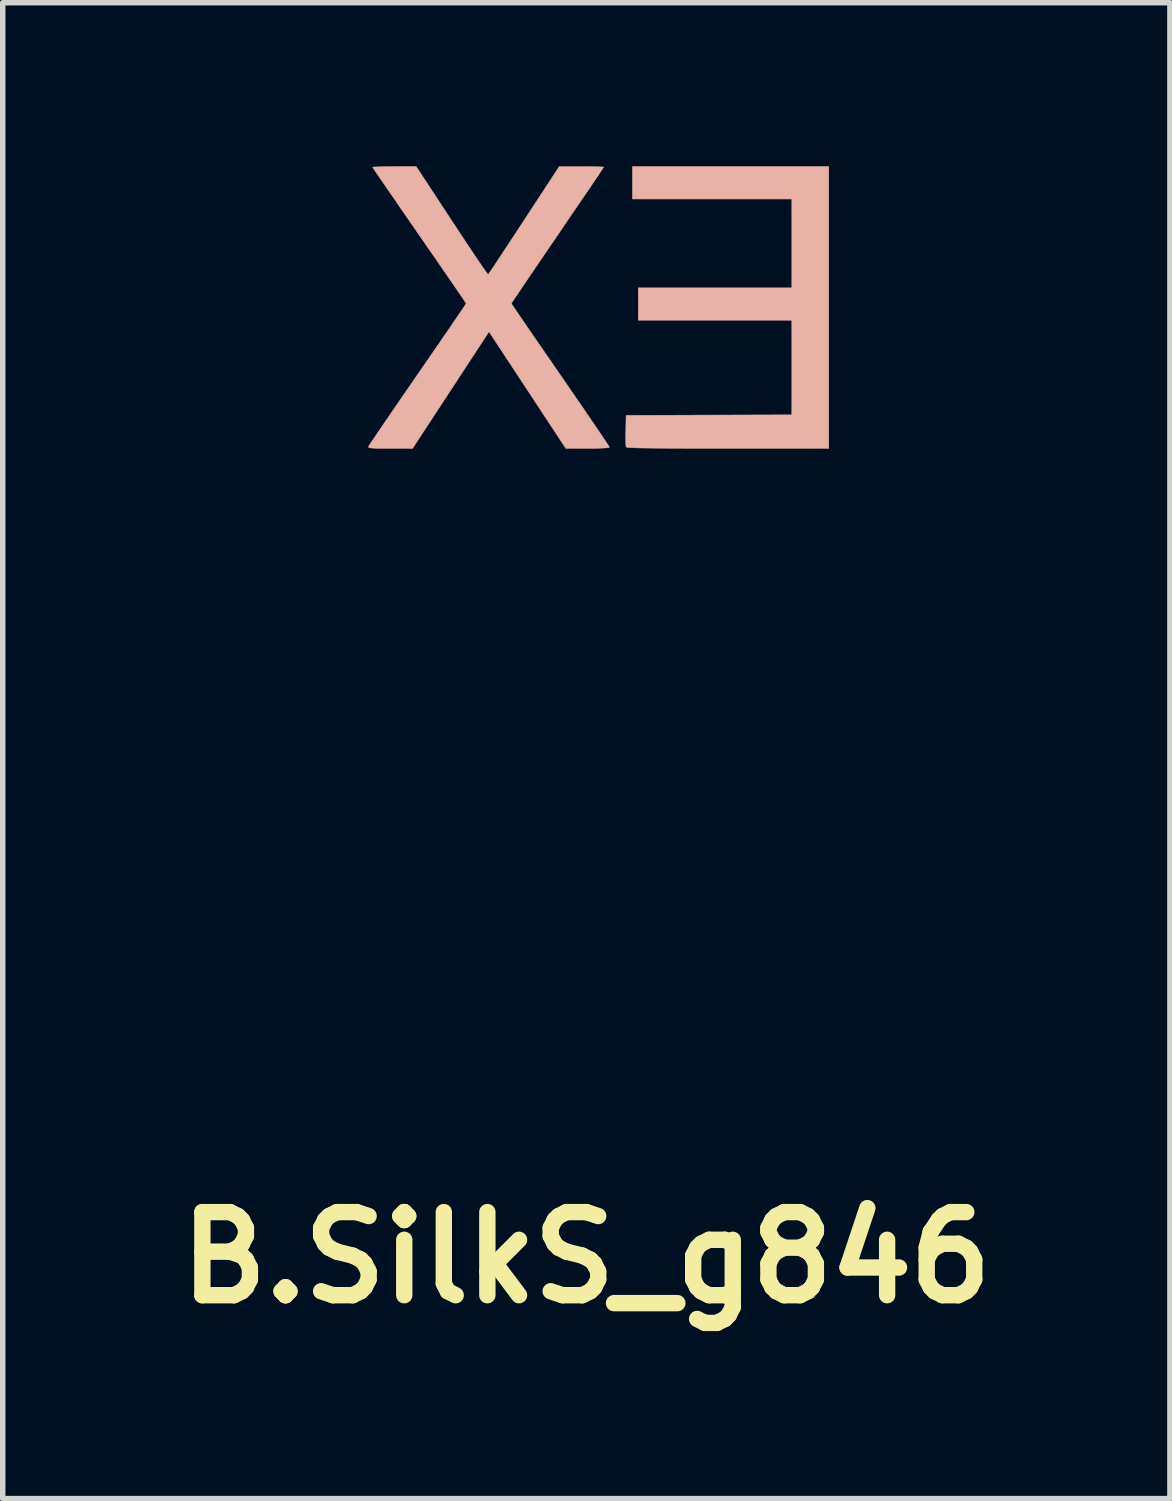
<source format=kicad_pcb>
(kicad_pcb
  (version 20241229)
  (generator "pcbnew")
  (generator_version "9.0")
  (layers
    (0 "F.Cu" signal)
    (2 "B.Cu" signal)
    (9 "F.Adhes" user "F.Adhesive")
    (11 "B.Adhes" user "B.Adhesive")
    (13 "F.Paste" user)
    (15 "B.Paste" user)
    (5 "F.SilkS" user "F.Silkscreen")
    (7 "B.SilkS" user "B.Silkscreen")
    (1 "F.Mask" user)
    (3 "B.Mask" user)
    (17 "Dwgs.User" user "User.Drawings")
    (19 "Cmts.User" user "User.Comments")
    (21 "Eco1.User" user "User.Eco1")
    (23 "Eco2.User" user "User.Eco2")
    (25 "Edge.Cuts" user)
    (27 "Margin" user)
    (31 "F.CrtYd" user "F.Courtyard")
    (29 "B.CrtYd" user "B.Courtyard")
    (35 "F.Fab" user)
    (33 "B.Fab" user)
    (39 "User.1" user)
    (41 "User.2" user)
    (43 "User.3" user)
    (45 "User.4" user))
  (footprint "B.SilkS_g846"
    (layer "F.Cu")
    (at 7.7 20.008)
    (property "Reference" "B.SilkS_g846" (at 0 0 0) (layer "F.SilkS") (effects (font (size 1.524 1.524) (thickness 0.3))))
    (attr through_hole)
    (fp_poly (pts (xy 4.445 -14.838) (xy 2.592 -14.838) (xy 2.26 -14.838) (xy 1.968 -14.838) (xy 1.713 -14.839) (xy 1.494 -14.84) (xy 1.308 -14.841) (xy 1.153 -14.843) (xy 1.025 -14.844) (xy 0.924 -14.847) (xy 0.847 -14.85) (xy 0.791 -14.853) (xy 0.754 -14.857) (xy 0.734 -14.862) (xy 0.729 -14.865) (xy 0.725 -14.896) (xy 0.723 -14.96) (xy 0.723 -15.049) (xy 0.724 -15.152) (xy 0.724 -15.167) (xy 0.73 -15.441) (xy 2.249 -15.447) (xy 3.768 -15.452) (xy 3.768 -17.187) (xy 0.953 -17.187) (xy 0.953 -17.78) (xy 3.768 -17.78) (xy 3.768 -19.41) (xy 0.847 -19.41) (xy 0.847 -20.003) (xy 4.445 -20.003) (xy 4.445 -14.838)) (stroke (width 0.01) (type solid)) (fill yes) (layer "B.SilkS"))
    (fp_poly (pts (xy -2.466 -19.008) (xy -2.345 -18.825) (xy -2.231 -18.652) (xy -2.126 -18.494) (xy -2.032 -18.354) (xy -1.951 -18.234) (xy -1.885 -18.138) (xy -1.836 -18.069) (xy -1.807 -18.031) (xy -1.8 -18.023) (xy -1.786 -18.042) (xy -1.751 -18.093) (xy -1.697 -18.173) (xy -1.627 -18.279) (xy -1.542 -18.408) (xy -1.444 -18.555) (xy -1.337 -18.719) (xy -1.221 -18.896) (xy -1.142 -19.017) (xy -0.497 -20.002) (xy -0.09 -20.002) (xy 0.036 -20.002) (xy 0.146 -20.001) (xy 0.234 -19.999) (xy 0.293 -19.997) (xy 0.317 -19.994) (xy 0.318 -19.994) (xy 0.306 -19.976) (xy 0.272 -19.925) (xy 0.219 -19.845) (xy 0.147 -19.738) (xy 0.059 -19.608) (xy -0.044 -19.457) (xy -0.159 -19.288) (xy -0.285 -19.103) (xy -0.419 -18.906) (xy -0.529 -18.744) (xy -0.669 -18.539) (xy -0.802 -18.344) (xy -0.925 -18.162) (xy -1.038 -17.997) (xy -1.137 -17.85) (xy -1.222 -17.724) (xy -1.29 -17.623) (xy -1.34 -17.549) (xy -1.369 -17.505) (xy -1.376 -17.494) (xy -1.364 -17.475) (xy -1.33 -17.425) (xy -1.276 -17.345) (xy -1.203 -17.238) (xy -1.114 -17.108) (xy -1.01 -16.956) (xy -0.893 -16.786) (xy -0.765 -16.6) (xy -0.627 -16.401) (xy -0.483 -16.191) (xy -0.476 -16.182) (xy -0.331 -15.971) (xy -0.194 -15.771) (xy -0.065 -15.584) (xy 0.052 -15.412) (xy 0.157 -15.258) (xy 0.247 -15.125) (xy 0.321 -15.016) (xy 0.376 -14.933) (xy 0.411 -14.88) (xy 0.423 -14.858) (xy 0.423 -14.858) (xy 0.403 -14.851) (xy 0.345 -14.845) (xy 0.253 -14.841) (xy 0.133 -14.838) (xy 0.024 -14.838) (xy -0.376 -14.838) (xy -1.08 -15.908) (xy -1.784 -16.978) (xy -2.072 -16.538) (xy -2.158 -16.407) (xy -2.261 -16.25) (xy -2.375 -16.075) (xy -2.496 -15.891) (xy -2.617 -15.706) (xy -2.733 -15.529) (xy -2.773 -15.468) (xy -3.186 -14.838) (xy -3.595 -14.838) (xy -3.737 -14.838) (xy -3.841 -14.839) (xy -3.914 -14.842) (xy -3.96 -14.846) (xy -3.985 -14.853) (xy -3.993 -14.862) (xy -3.992 -14.872) (xy -3.978 -14.895) (xy -3.942 -14.95) (xy -3.885 -15.034) (xy -3.811 -15.144) (xy -3.72 -15.278) (xy -3.614 -15.432) (xy -3.496 -15.605) (xy -3.367 -15.793) (xy -3.229 -15.993) (xy -3.09 -16.195) (xy -2.946 -16.404) (xy -2.809 -16.602) (xy -2.682 -16.787) (xy -2.565 -16.957) (xy -2.462 -17.109) (xy -2.373 -17.239) (xy -2.3 -17.345) (xy -2.246 -17.425) (xy -2.213 -17.475) (xy -2.201 -17.493) (xy -2.213 -17.512) (xy -2.247 -17.563) (xy -2.301 -17.643) (xy -2.374 -17.749) (xy -2.463 -17.879) (xy -2.567 -18.03) (xy -2.683 -18.199) (xy -2.81 -18.383) (xy -2.946 -18.579) (xy -3.059 -18.742) (xy -3.2 -18.946) (xy -3.334 -19.14) (xy -3.459 -19.322) (xy -3.573 -19.487) (xy -3.674 -19.634) (xy -3.76 -19.759) (xy -3.829 -19.86) (xy -3.879 -19.934) (xy -3.908 -19.979) (xy -3.916 -19.991) (xy -3.896 -19.995) (xy -3.84 -19.998) (xy -3.755 -20) (xy -3.647 -20.002) (xy -3.523 -20.002) (xy -3.517 -20.003) (xy -3.119 -20.003) (xy -2.466 -19.008)) (stroke (width 0.01) (type solid)) (fill yes) (layer "B.SilkS")))
  (gr_rect
    (start -3 -3)
    (end 18.4 24.426)
    (stroke (width 0.1) (type default))
    (fill no)
    (layer "Edge.Cuts")))
</source>
